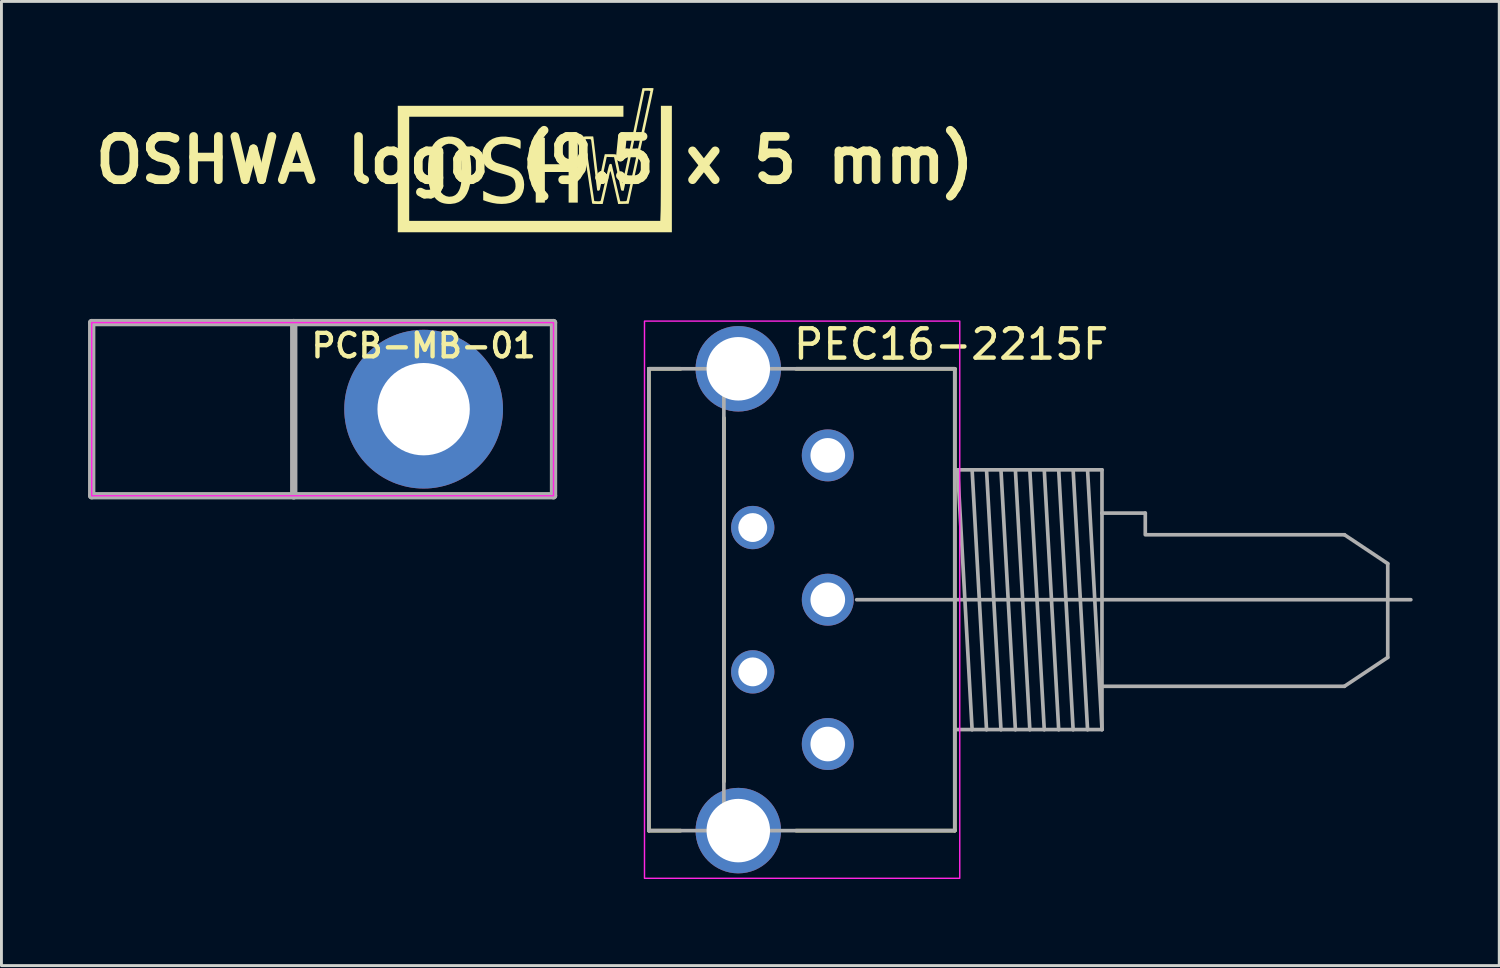
<source format=kicad_pcb>
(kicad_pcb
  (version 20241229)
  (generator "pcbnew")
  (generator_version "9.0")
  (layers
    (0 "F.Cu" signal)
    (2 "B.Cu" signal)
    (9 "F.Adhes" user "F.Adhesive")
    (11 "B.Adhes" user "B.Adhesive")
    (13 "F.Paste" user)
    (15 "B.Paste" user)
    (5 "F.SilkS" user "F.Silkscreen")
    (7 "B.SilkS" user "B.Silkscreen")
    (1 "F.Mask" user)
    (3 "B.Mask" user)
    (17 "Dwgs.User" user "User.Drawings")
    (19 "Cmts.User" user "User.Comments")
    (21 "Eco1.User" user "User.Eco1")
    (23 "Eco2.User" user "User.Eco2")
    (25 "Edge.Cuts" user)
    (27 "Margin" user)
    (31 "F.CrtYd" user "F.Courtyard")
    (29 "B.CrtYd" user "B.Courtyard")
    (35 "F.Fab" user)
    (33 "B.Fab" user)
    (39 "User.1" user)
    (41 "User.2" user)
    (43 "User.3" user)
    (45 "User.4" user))
  (footprint "PEC16-2215F"
    (layer "F.Cu")
    (at 25.629 17.727)
    (property "Reference" "PEC16-2215F" (at -1.27 -8.255 0) (layer "F.SilkS") (effects (font (size 1.016 1.016) (thickness 0.152)) (justify left bottom)))
    (attr through_hole)
    (fp_line (start -6.2 -8) (end -6.2 8) (stroke (width 0.127) (type solid)) (layer "F.SilkS"))
    (fp_line (start -6.2 -8) (end -5.1 -8) (stroke (width 0.127) (type solid)) (layer "F.SilkS"))
    (fp_line (start -6.2 8) (end -5.1 8) (stroke (width 0.127) (type solid)) (layer "F.SilkS"))
    (fp_line (start -3.6 -6.3) (end -3.6 6.3) (stroke (width 0.127) (type solid)) (layer "F.SilkS"))
    (fp_line (start -1.1 -8) (end 4.4 -8) (stroke (width 0.127) (type solid)) (layer "F.SilkS"))
    (fp_line (start -1.1 8) (end 4.4 8) (stroke (width 0.127) (type solid)) (layer "F.SilkS"))
    (fp_line (start 4.4 -8) (end 4.4 8) (stroke (width 0.127) (type solid)) (layer "F.SilkS"))
    (fp_rect (start -6.35 -9.652) (end 4.572 9.652) (stroke (width 0.05) (type default)) (fill no) (layer "F.CrtYd"))
    (fp_line (start -6.2 -8) (end -6.2 8) (stroke (width 0.127) (type solid)) (layer "F.Fab"))
    (fp_line (start -6.2 -8) (end -3.6 -8) (stroke (width 0.127) (type solid)) (layer "F.Fab"))
    (fp_line (start -6.2 8) (end -3.6 8) (stroke (width 0.127) (type solid)) (layer "F.Fab"))
    (fp_line (start -3.6 -8) (end -3.6 8) (stroke (width 0.127) (type solid)) (layer "F.Fab"))
    (fp_line (start -3.6 -8) (end 4.4 -8) (stroke (width 0.127) (type solid)) (layer "F.Fab"))
    (fp_line (start -3.6 8) (end 4.4 8) (stroke (width 0.127) (type solid)) (layer "F.Fab"))
    (fp_line (start 1 0) (end 20.2 0) (stroke (width 0.127) (type solid)) (layer "F.Fab"))
    (fp_line (start 4.4 -8) (end 4.4 -4.5) (stroke (width 0.127) (type solid)) (layer "F.Fab"))
    (fp_line (start 4.4 -4.5) (end 4.4 4.5) (stroke (width 0.127) (type solid)) (layer "F.Fab"))
    (fp_line (start 4.4 -4.5) (end 4.5 -4.5) (stroke (width 0.127) (type solid)) (layer "F.Fab"))
    (fp_line (start 4.4 4.5) (end 4.4 8) (stroke (width 0.127) (type solid)) (layer "F.Fab"))
    (fp_line (start 4.4 4.5) (end 5 4.5) (stroke (width 0.127) (type solid)) (layer "F.Fab"))
    (fp_line (start 4.5 -4.5) (end 5 -4.5) (stroke (width 0.127) (type solid)) (layer "F.Fab"))
    (fp_line (start 4.5 -4.5) (end 5 4.5) (stroke (width 0.127) (type solid)) (layer "F.Fab"))
    (fp_line (start 5 -4.5) (end 5.5 -4.5) (stroke (width 0.127) (type solid)) (layer "F.Fab"))
    (fp_line (start 5 -4.5) (end 5.5 4.5) (stroke (width 0.127) (type solid)) (layer "F.Fab"))
    (fp_line (start 5 4.5) (end 5.5 4.5) (stroke (width 0.127) (type solid)) (layer "F.Fab"))
    (fp_line (start 5.5 -4.5) (end 6 -4.5) (stroke (width 0.127) (type solid)) (layer "F.Fab"))
    (fp_line (start 5.5 -4.5) (end 6 4.5) (stroke (width 0.127) (type solid)) (layer "F.Fab"))
    (fp_line (start 5.5 4.5) (end 6 4.5) (stroke (width 0.127) (type solid)) (layer "F.Fab"))
    (fp_line (start 6 -4.5) (end 6.5 -4.5) (stroke (width 0.127) (type solid)) (layer "F.Fab"))
    (fp_line (start 6 -4.5) (end 6.5 4.5) (stroke (width 0.127) (type solid)) (layer "F.Fab"))
    (fp_line (start 6 4.5) (end 6.5 4.5) (stroke (width 0.127) (type solid)) (layer "F.Fab"))
    (fp_line (start 6.5 -4.5) (end 7 -4.5) (stroke (width 0.127) (type solid)) (layer "F.Fab"))
    (fp_line (start 6.5 -4.5) (end 7 4.5) (stroke (width 0.127) (type solid)) (layer "F.Fab"))
    (fp_line (start 6.5 4.5) (end 7 4.5) (stroke (width 0.127) (type solid)) (layer "F.Fab"))
    (fp_line (start 7 -4.5) (end 7.5 -4.5) (stroke (width 0.127) (type solid)) (layer "F.Fab"))
    (fp_line (start 7 -4.5) (end 7.5 4.5) (stroke (width 0.127) (type solid)) (layer "F.Fab"))
    (fp_line (start 7 4.5) (end 7.5 4.5) (stroke (width 0.127) (type solid)) (layer "F.Fab"))
    (fp_line (start 7.5 -4.5) (end 8 -4.5) (stroke (width 0.127) (type solid)) (layer "F.Fab"))
    (fp_line (start 7.5 -4.5) (end 8 4.5) (stroke (width 0.127) (type solid)) (layer "F.Fab"))
    (fp_line (start 7.5 4.5) (end 8 4.5) (stroke (width 0.127) (type solid)) (layer "F.Fab"))
    (fp_line (start 8 -4.5) (end 8.5 -4.5) (stroke (width 0.127) (type solid)) (layer "F.Fab"))
    (fp_line (start 8 -4.5) (end 8.5 4.5) (stroke (width 0.127) (type solid)) (layer "F.Fab"))
    (fp_line (start 8 4.5) (end 8.5 4.5) (stroke (width 0.127) (type solid)) (layer "F.Fab"))
    (fp_line (start 8.5 -4.5) (end 9 -4.5) (stroke (width 0.127) (type solid)) (layer "F.Fab"))
    (fp_line (start 8.5 -4.5) (end 9 4.5) (stroke (width 0.127) (type solid)) (layer "F.Fab"))
    (fp_line (start 8.5 4.5) (end 9 4.5) (stroke (width 0.127) (type solid)) (layer "F.Fab"))
    (fp_line (start 9 -4.5) (end 9.5 -4.5) (stroke (width 0.127) (type solid)) (layer "F.Fab"))
    (fp_line (start 9 -4.5) (end 9.5 4.5) (stroke (width 0.127) (type solid)) (layer "F.Fab"))
    (fp_line (start 9 4.5) (end 9.5 4.5) (stroke (width 0.127) (type solid)) (layer "F.Fab"))
    (fp_line (start 9.5 -4.5) (end 9.5 -3) (stroke (width 0.127) (type solid)) (layer "F.Fab"))
    (fp_line (start 9.5 -3) (end 9.5 3) (stroke (width 0.127) (type solid)) (layer "F.Fab"))
    (fp_line (start 9.5 3) (end 9.5 4.5) (stroke (width 0.127) (type solid)) (layer "F.Fab"))
    (fp_line (start 11 -3) (end 9.5 -3) (stroke (width 0.127) (type solid)) (layer "F.Fab"))
    (fp_line (start 11 -2.3) (end 11 -3) (stroke (width 0.127) (type solid)) (layer "F.Fab"))
    (fp_line (start 17.9 -2.25) (end 11 -2.25) (stroke (width 0.127) (type solid)) (layer "F.Fab"))
    (fp_line (start 17.9 3) (end 9.5 3) (stroke (width 0.127) (type solid)) (layer "F.Fab"))
    (fp_line (start 19.4 -1.25) (end 17.9 -2.25) (stroke (width 0.127) (type solid)) (layer "F.Fab"))
    (fp_line (start 19.4 -1.25) (end 19.4 2) (stroke (width 0.127) (type solid)) (layer "F.Fab"))
    (fp_line (start 19.4 2) (end 17.9 3) (stroke (width 0.127) (type solid)) (layer "F.Fab"))
    (pad "A" thru_hole circle (at 0 5) (size 1.8 1.8) (drill 1.2) (layers "*.Cu" "*.Mask"))
    (pad "B" thru_hole circle (at 0 0) (size 1.8 1.8) (drill 1.2) (layers "*.Cu" "*.Mask"))
    (pad "C" thru_hole circle (at 0 -5) (size 1.8 1.8) (drill 1.2) (layers "*.Cu" "*.Mask"))
    (pad "S1" thru_hole circle (at -2.6 2.5) (size 1.5 1.5) (drill 1) (layers "*.Cu" "*.Mask"))
    (pad "S2" thru_hole circle (at -2.6 -2.5) (size 1.5 1.5) (drill 1) (layers "*.Cu" "*.Mask"))
    (pad "SH" thru_hole circle (at -3.1 -8) (size 2.962 2.962) (drill 2.2) (layers "*.Cu" "*.Mask"))
    (pad "SH" thru_hole circle (at -3.1 8) (size 2.962 2.962) (drill 2.2) (layers "*.Cu" "*.Mask")))
  (footprint "PCB-MB-01"
    (layer "F.Cu")
    (at 11.627 11.126)
    (property "Reference" "PCB-MB-01" (at 0 -2.2 0) (layer "F.SilkS") (effects (font (size 0.813 0.813) (thickness 0.152) (bold yes))))
    (fp_rect (start -11.5 -3) (end 4.5 3) (stroke (width 0.05) (type default)) (fill no) (layer "F.CrtYd"))
    (fp_line (start -11.5 -3) (end -11.5 3) (stroke (width 0.254) (type solid)) (layer "F.Fab"))
    (fp_line (start -11.5 -3) (end -4.5 -3) (stroke (width 0.254) (type solid)) (layer "F.Fab"))
    (fp_line (start -11.5 3) (end -4.5 3) (stroke (width 0.254) (type solid)) (layer "F.Fab"))
    (fp_line (start -4.5 -3) (end -4.5 3) (stroke (width 0.254) (type solid)) (layer "F.Fab"))
    (fp_line (start -4.5 -3) (end 4.5 -3) (stroke (width 0.254) (type solid)) (layer "F.Fab"))
    (fp_line (start -4.5 3) (end 4.5 3) (stroke (width 0.254) (type solid)) (layer "F.Fab"))
    (fp_line (start 4.5 -3) (end 4.5 3) (stroke (width 0.254) (type solid)) (layer "F.Fab"))
    (pad "" thru_hole circle (at 0 0) (size 5.5 5.5) (drill 3.2) (layers "*.Cu" "*.Mask")))
  (footprint "OSHWA logo (9.5 x 5 mm)"
    (layer "F.Cu")
    (at 15.479 2.498)
    (property "Reference" "OSHWA logo (9.5 x 5 mm)" (at 0 0 0) (layer "F.SilkS") (effects (font (size 1.5 1.5) (thickness 0.3))))
    (attr exclude_from_pos_files exclude_from_bom)
    (fp_poly (pts (xy 0.348 -0.317) (xy 0.348 0.142) (xy 0.76 0.142) (xy 1.171 0.142) (xy 1.171 -0.317) (xy 1.171 -0.775) (xy 1.329 -0.775) (xy 1.488 -0.775) (xy 1.488 0.348) (xy 1.488 1.472) (xy 1.329 1.472) (xy 1.171 1.472) (xy 1.171 0.942) (xy 1.171 0.411) (xy 0.76 0.411) (xy 0.348 0.411) (xy 0.348 0.942) (xy 0.348 1.472) (xy 0.19 1.472) (xy 0.032 1.472) (xy 0.032 0.348) (xy 0.032 -0.775) (xy 0.19 -0.775) (xy 0.348 -0.775)) (stroke (width 0) (type solid)) (fill yes) (layer "F.SilkS"))
    (fp_poly (pts (xy 3.07 -1.693) (xy 3.07 -1.503) (xy -0.641 -1.503) (xy -4.352 -1.503) (xy -4.352 0.301) (xy -4.352 2.105) (xy -0.002 2.105) (xy 4.347 2.105) (xy 4.357 1.817) (xy 4.359 1.762) (xy 4.36 1.677) (xy 4.362 1.566) (xy 4.363 1.431) (xy 4.364 1.274) (xy 4.365 1.098) (xy 4.366 0.906) (xy 4.366 0.7) (xy 4.367 0.482) (xy 4.368 0.255) (xy 4.368 0.022) (xy 4.368 -0.177) (xy 4.368 -1.883) (xy 4.558 -1.883) (xy 4.748 -1.883) (xy 4.748 0.309) (xy 4.748 2.5) (xy 0 2.5) (xy -4.748 2.5) (xy -4.748 0.309) (xy -4.748 -1.883) (xy -0.839 -1.883) (xy 3.07 -1.883)) (stroke (width 0) (type solid)) (fill yes) (layer "F.SilkS"))
    (fp_poly (pts (xy -2.858 -0.814) (xy -2.723 -0.786) (xy -2.634 -0.752) (xy -2.532 -0.685) (xy -2.44 -0.591) (xy -2.361 -0.473) (xy -2.298 -0.335) (xy -2.251 -0.18) (xy -2.246 -0.158) (xy -2.228 -0.043) (xy -2.214 0.093) (xy -2.205 0.241) (xy -2.203 0.39) (xy -2.206 0.531) (xy -2.214 0.637) (xy -2.245 0.84) (xy -2.291 1.016) (xy -2.353 1.164) (xy -2.431 1.286) (xy -2.525 1.382) (xy -2.635 1.452) (xy -2.763 1.497) (xy -2.909 1.517) (xy -2.972 1.518) (xy -3.044 1.514) (xy -3.117 1.504) (xy -3.161 1.495) (xy -3.248 1.467) (xy -3.319 1.431) (xy -3.387 1.38) (xy -3.421 1.349) (xy -3.503 1.257) (xy -3.571 1.146) (xy -3.623 1.016) (xy -3.662 0.864) (xy -3.688 0.687) (xy -3.701 0.485) (xy -3.703 0.372) (xy -3.378 0.372) (xy -3.376 0.52) (xy -3.372 0.643) (xy -3.365 0.743) (xy -3.355 0.828) (xy -3.34 0.901) (xy -3.32 0.968) (xy -3.295 1.034) (xy -3.292 1.041) (xy -3.236 1.132) (xy -3.161 1.202) (xy -3.072 1.248) (xy -2.972 1.268) (xy -2.868 1.258) (xy -2.831 1.248) (xy -2.749 1.207) (xy -2.682 1.144) (xy -2.628 1.056) (xy -2.594 0.975) (xy -2.568 0.883) (xy -2.549 0.776) (xy -2.537 0.65) (xy -2.53 0.501) (xy -2.528 0.34) (xy -2.532 0.153) (xy -2.542 -0.006) (xy -2.56 -0.14) (xy -2.585 -0.251) (xy -2.619 -0.342) (xy -2.662 -0.415) (xy -2.713 -0.472) (xy -2.799 -0.532) (xy -2.891 -0.563) (xy -2.986 -0.568) (xy -3.078 -0.547) (xy -3.163 -0.502) (xy -3.236 -0.434) (xy -3.292 -0.344) (xy -3.304 -0.315) (xy -3.327 -0.244) (xy -3.346 -0.17) (xy -3.359 -0.089) (xy -3.369 0.005) (xy -3.375 0.117) (xy -3.377 0.251) (xy -3.378 0.372) (xy -3.703 0.372) (xy -3.703 0.356) (xy -3.696 0.127) (xy -3.676 -0.075) (xy -3.641 -0.25) (xy -3.591 -0.399) (xy -3.526 -0.525) (xy -3.446 -0.627) (xy -3.349 -0.708) (xy -3.262 -0.756) (xy -3.136 -0.799) (xy -2.998 -0.818)) (stroke (width 0) (type solid)) (fill yes) (layer "F.SilkS"))
    (fp_poly (pts (xy -0.83 -0.792) (xy -0.728 -0.77) (xy -0.638 -0.747) (xy -0.574 -0.729) (xy -0.532 -0.712) (xy -0.507 -0.692) (xy -0.495 -0.665) (xy -0.491 -0.627) (xy -0.49 -0.572) (xy -0.491 -0.546) (xy -0.492 -0.482) (xy -0.494 -0.431) (xy -0.498 -0.401) (xy -0.501 -0.396) (xy -0.52 -0.403) (xy -0.556 -0.422) (xy -0.578 -0.435) (xy -0.627 -0.459) (xy -0.692 -0.487) (xy -0.76 -0.512) (xy -0.763 -0.513) (xy -0.905 -0.551) (xy -1.039 -0.566) (xy -1.162 -0.561) (xy -1.271 -0.535) (xy -1.363 -0.491) (xy -1.437 -0.429) (xy -1.488 -0.351) (xy -1.516 -0.258) (xy -1.519 -0.204) (xy -1.51 -0.105) (xy -1.482 -0.028) (xy -1.431 0.032) (xy -1.356 0.081) (xy -1.32 0.096) (xy -1.26 0.116) (xy -1.183 0.14) (xy -1.097 0.164) (xy -1.056 0.175) (xy -0.915 0.215) (xy -0.801 0.252) (xy -0.709 0.29) (xy -0.634 0.331) (xy -0.571 0.375) (xy -0.547 0.396) (xy -0.471 0.487) (xy -0.415 0.597) (xy -0.381 0.718) (xy -0.369 0.847) (xy -0.378 0.977) (xy -0.409 1.103) (xy -0.462 1.219) (xy -0.53 1.311) (xy -0.615 1.383) (xy -0.724 1.441) (xy -0.852 1.483) (xy -0.996 1.509) (xy -1.151 1.518) (xy -1.311 1.509) (xy -1.447 1.487) (xy -1.526 1.469) (xy -1.607 1.447) (xy -1.677 1.426) (xy -1.688 1.422) (xy -1.788 1.387) (xy -1.788 1.225) (xy -1.788 1.063) (xy -1.65 1.133) (xy -1.484 1.203) (xy -1.321 1.248) (xy -1.163 1.265) (xy -1.014 1.255) (xy -0.943 1.239) (xy -0.854 1.201) (xy -0.775 1.144) (xy -0.715 1.073) (xy -0.68 0.997) (xy -0.668 0.907) (xy -0.673 0.81) (xy -0.695 0.719) (xy -0.71 0.684) (xy -0.738 0.641) (xy -0.776 0.605) (xy -0.828 0.571) (xy -0.899 0.54) (xy -0.993 0.508) (xy -1.112 0.474) (xy -1.15 0.464) (xy -1.305 0.42) (xy -1.433 0.377) (xy -1.535 0.331) (xy -1.617 0.281) (xy -1.682 0.224) (xy -1.734 0.158) (xy -1.768 0.098) (xy -1.788 0.054) (xy -1.801 0.014) (xy -1.808 -0.03) (xy -1.811 -0.088) (xy -1.812 -0.159) (xy -1.811 -0.235) (xy -1.808 -0.29) (xy -1.801 -0.333) (xy -1.786 -0.375) (xy -1.763 -0.425) (xy -1.752 -0.447) (xy -1.677 -0.567) (xy -1.58 -0.664) (xy -1.463 -0.738) (xy -1.329 -0.788) (xy -1.177 -0.814) (xy -1.011 -0.816)) (stroke (width 0) (type solid)) (fill yes) (layer "F.SilkS"))
    (fp_poly (pts (xy 4.064 -2.497) (xy 4.098 -2.493) (xy 4.113 -2.486) (xy 4.114 -2.481) (xy 4.111 -2.463) (xy 4.101 -2.417) (xy 4.085 -2.343) (xy 4.064 -2.243) (xy 4.038 -2.12) (xy 4.007 -1.976) (xy 3.971 -1.811) (xy 3.932 -1.629) (xy 3.889 -1.431) (xy 3.843 -1.218) (xy 3.795 -0.993) (xy 3.744 -0.757) (xy 3.69 -0.513) (xy 3.682 -0.475) (xy 3.251 1.511) (xy 3.069 1.516) (xy 2.888 1.52) (xy 2.754 0.932) (xy 2.72 0.782) (xy 2.692 0.661) (xy 2.67 0.565) (xy 2.652 0.492) (xy 2.638 0.441) (xy 2.628 0.407) (xy 2.62 0.39) (xy 2.614 0.385) (xy 2.609 0.391) (xy 2.605 0.405) (xy 2.603 0.413) (xy 2.595 0.445) (xy 2.581 0.504) (xy 2.563 0.585) (xy 2.54 0.684) (xy 2.514 0.797) (xy 2.486 0.92) (xy 2.468 1.001) (xy 2.351 1.519) (xy 2.172 1.519) (xy 2.086 1.518) (xy 2.029 1.514) (xy 1.996 1.508) (xy 1.986 1.499) (xy 1.983 1.482) (xy 1.976 1.436) (xy 1.965 1.365) (xy 1.951 1.272) (xy 1.933 1.159) (xy 1.914 1.031) (xy 1.892 0.889) (xy 1.87 0.737) (xy 1.846 0.579) (xy 1.821 0.416) (xy 1.797 0.252) (xy 1.772 0.091) (xy 1.749 -0.065) (xy 1.727 -0.214) (xy 1.707 -0.351) (xy 1.688 -0.473) (xy 1.673 -0.579) (xy 1.66 -0.664) (xy 1.652 -0.726) (xy 1.651 -0.728) (xy 1.737 -0.728) (xy 1.747 -0.677) (xy 1.751 -0.65) (xy 1.759 -0.596) (xy 1.771 -0.518) (xy 1.786 -0.419) (xy 1.804 -0.303) (xy 1.823 -0.172) (xy 1.845 -0.03) (xy 1.867 0.12) (xy 1.89 0.276) (xy 1.914 0.433) (xy 1.937 0.588) (xy 1.959 0.74) (xy 1.981 0.883) (xy 2 1.016) (xy 2.018 1.134) (xy 2.033 1.236) (xy 2.044 1.317) (xy 2.053 1.374) (xy 2.057 1.405) (xy 2.057 1.409) (xy 2.072 1.417) (xy 2.11 1.422) (xy 2.164 1.424) (xy 2.168 1.424) (xy 2.226 1.424) (xy 2.26 1.42) (xy 2.277 1.41) (xy 2.286 1.392) (xy 2.289 1.381) (xy 2.295 1.356) (xy 2.307 1.304) (xy 2.325 1.228) (xy 2.347 1.133) (xy 2.373 1.021) (xy 2.401 0.896) (xy 2.432 0.763) (xy 2.438 0.736) (xy 2.472 0.584) (xy 2.501 0.46) (xy 2.524 0.361) (xy 2.543 0.285) (xy 2.558 0.227) (xy 2.57 0.187) (xy 2.581 0.159) (xy 2.59 0.143) (xy 2.599 0.134) (xy 2.608 0.131) (xy 2.615 0.13) (xy 2.651 0.134) (xy 2.665 0.153) (xy 2.67 0.175) (xy 2.682 0.224) (xy 2.698 0.296) (xy 2.72 0.388) (xy 2.745 0.497) (xy 2.772 0.618) (xy 2.801 0.744) (xy 2.831 0.875) (xy 2.86 0.999) (xy 2.885 1.111) (xy 2.908 1.208) (xy 2.926 1.285) (xy 2.939 1.339) (xy 2.945 1.365) (xy 2.961 1.424) (xy 3.069 1.424) (xy 3.127 1.423) (xy 3.161 1.419) (xy 3.178 1.409) (xy 3.186 1.391) (xy 3.186 1.389) (xy 3.192 1.364) (xy 3.204 1.311) (xy 3.221 1.233) (xy 3.243 1.131) (xy 3.27 1.008) (xy 3.301 0.867) (xy 3.335 0.708) (xy 3.373 0.536) (xy 3.413 0.351) (xy 3.455 0.157) (xy 3.498 -0.044) (xy 3.543 -0.25) (xy 3.588 -0.459) (xy 3.634 -0.669) (xy 3.678 -0.877) (xy 3.722 -1.08) (xy 3.765 -1.278) (xy 3.806 -1.466) (xy 3.844 -1.643) (xy 3.879 -1.807) (xy 3.911 -1.956) (xy 3.939 -2.086) (xy 3.963 -2.197) (xy 3.982 -2.284) (xy 3.995 -2.347) (xy 4.002 -2.383) (xy 4.004 -2.391) (xy 3.989 -2.398) (xy 3.952 -2.404) (xy 3.902 -2.405) (xy 3.801 -2.405) (xy 3.787 -2.338) (xy 3.781 -2.314) (xy 3.77 -2.261) (xy 3.754 -2.181) (xy 3.732 -2.076) (xy 3.705 -1.949) (xy 3.675 -1.801) (xy 3.64 -1.635) (xy 3.602 -1.453) (xy 3.561 -1.256) (xy 3.518 -1.048) (xy 3.472 -0.83) (xy 3.426 -0.605) (xy 3.079 1.06) (xy 3.036 1.06) (xy 3.011 1.058) (xy 2.996 1.045) (xy 2.984 1.014) (xy 2.974 0.969) (xy 2.966 0.931) (xy 2.953 0.867) (xy 2.934 0.781) (xy 2.912 0.678) (xy 2.888 0.562) (xy 2.861 0.439) (xy 2.85 0.388) (xy 2.745 -0.103) (xy 2.619 -0.107) (xy 2.492 -0.112) (xy 2.376 0.439) (xy 2.349 0.568) (xy 2.324 0.688) (xy 2.301 0.796) (xy 2.281 0.887) (xy 2.266 0.958) (xy 2.256 1.006) (xy 2.252 1.025) (xy 2.234 1.05) (xy 2.204 1.061) (xy 2.174 1.057) (xy 2.16 1.041) (xy 2.157 1.021) (xy 2.151 0.974) (xy 2.142 0.901) (xy 2.13 0.805) (xy 2.116 0.69) (xy 2.101 0.559) (xy 2.084 0.414) (xy 2.065 0.258) (xy 2.057 0.19) (xy 2.039 0.03) (xy 2.021 -0.122) (xy 2.005 -0.262) (xy 1.99 -0.387) (xy 1.977 -0.494) (xy 1.966 -0.581) (xy 1.958 -0.643) (xy 1.954 -0.679) (xy 1.953 -0.684) (xy 1.946 -0.708) (xy 1.934 -0.721) (xy 1.907 -0.727) (xy 1.859 -0.728) (xy 1.841 -0.728) (xy 1.737 -0.728) (xy 1.651 -0.728) (xy 1.647 -0.761) (xy 1.646 -0.768) (xy 1.659 -0.775) (xy 1.67 -0.775) (xy 1.691 -0.788) (xy 1.693 -0.799) (xy 1.698 -0.81) (xy 1.717 -0.817) (xy 1.755 -0.821) (xy 1.816 -0.823) (xy 1.858 -0.823) (xy 2.022 -0.823) (xy 2.03 -0.779) (xy 2.033 -0.755) (xy 2.04 -0.703) (xy 2.049 -0.625) (xy 2.061 -0.527) (xy 2.075 -0.411) (xy 2.091 -0.279) (xy 2.107 -0.137) (xy 2.121 -0.016) (xy 2.139 0.132) (xy 2.155 0.27) (xy 2.171 0.395) (xy 2.184 0.504) (xy 2.196 0.594) (xy 2.205 0.661) (xy 2.212 0.703) (xy 2.215 0.716) (xy 2.221 0.704) (xy 2.232 0.666) (xy 2.247 0.605) (xy 2.266 0.525) (xy 2.287 0.431) (xy 2.3 0.368) (xy 2.323 0.258) (xy 2.346 0.152) (xy 2.366 0.055) (xy 2.384 -0.025) (xy 2.396 -0.083) (xy 2.4 -0.099) (xy 2.424 -0.206) (xy 2.619 -0.206) (xy 2.7 -0.205) (xy 2.755 -0.204) (xy 2.79 -0.201) (xy 2.809 -0.194) (xy 2.818 -0.184) (xy 2.822 -0.17) (xy 2.827 -0.146) (xy 2.838 -0.095) (xy 2.853 -0.022) (xy 2.873 0.07) (xy 2.896 0.177) (xy 2.92 0.293) (xy 2.929 0.336) (xy 2.954 0.453) (xy 2.977 0.558) (xy 2.998 0.649) (xy 3.015 0.722) (xy 3.028 0.772) (xy 3.035 0.797) (xy 3.037 0.799) (xy 3.041 0.782) (xy 3.051 0.737) (xy 3.067 0.665) (xy 3.088 0.568) (xy 3.114 0.448) (xy 3.144 0.307) (xy 3.177 0.148) (xy 3.215 -0.029) (xy 3.255 -0.22) (xy 3.298 -0.424) (xy 3.343 -0.638) (xy 3.387 -0.851) (xy 3.729 -2.493) (xy 3.922 -2.497) (xy 4.007 -2.498)) (stroke (width 0) (type solid)) (fill yes) (layer "F.SilkS")))
  (gr_rect
    (start -3 -3)
    (end 48.892 30.404)
    (stroke (width 0.1) (type default))
    (fill no)
    (layer "Edge.Cuts")))
</source>
